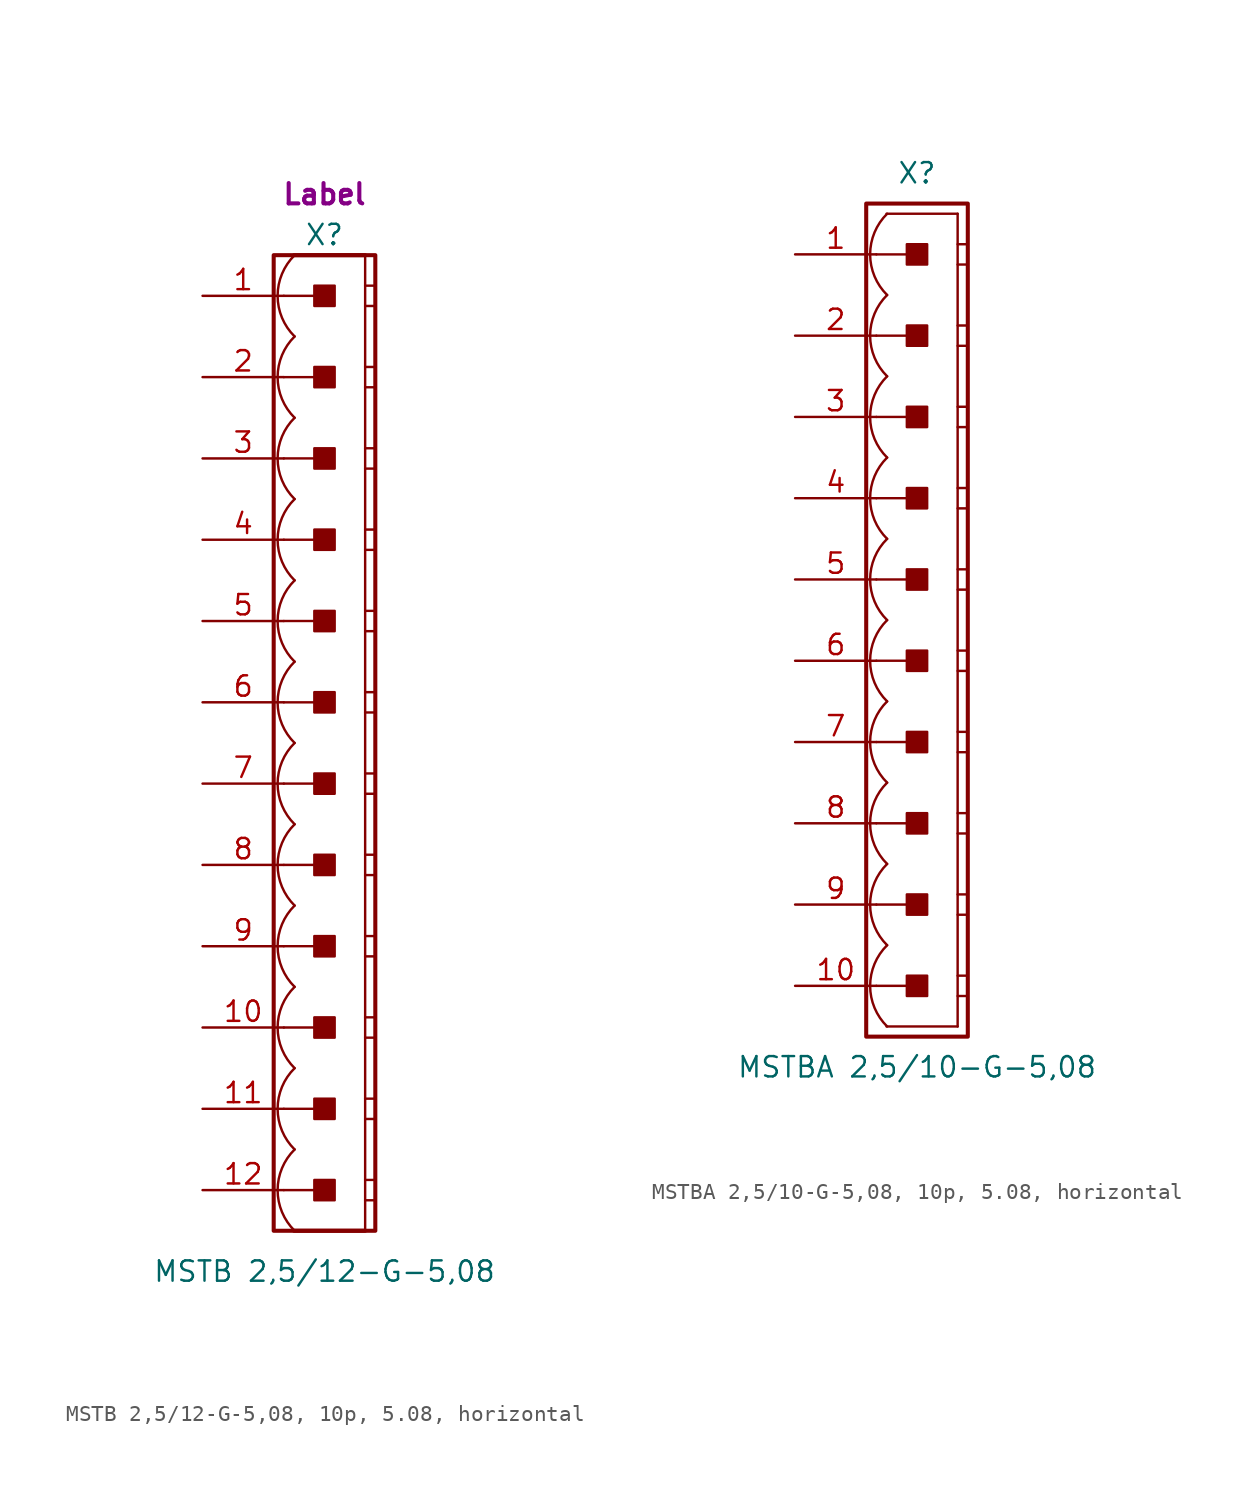
<source format=kicad_sym>
(kicad_symbol_lib
  (version 20241209)
  (generator "kicad_symbol_editor")
  (generator_version "9.0")
  (symbol "MSTB 2,5/12-G-5,08, 10p, 5.08, horizontal"
    (pin_names
      (offset 1.016)
      (hide yes))
    (property "Reference" "X"
      (at 0 31.75 0)
      (effects (font (size 1.27 1.27))))
    (property "Value" "MSTB 2,5/12-G-5,08"
      (at 0 -33.02 0)
      (effects (font (size 1.27 1.27))))
    (property "Label" "Label"
      (at 0 34.29 0)
      (effects (font (size 1.27 1.27) (thickness 0.254) (bold yes))))
    (symbol "MSTB 2,5/12-G-5,08, 10p, 5.08, horizontal_0_1"
      (polyline (pts (xy 2.54 30.48) (xy -1.905 30.48)) (stroke (width 0.254) (type default)) (fill (type none)))
      (polyline (pts (xy 2.54 30.48) (xy 2.54 -30.48)) (stroke (width 0.152) (type default)) (fill (type none)))
      (polyline (pts (xy 2.54 28.575) (xy 3.175 28.575)) (stroke (width 0.152) (type default)) (fill (type none)))
      (polyline (pts (xy 2.54 27.305) (xy 3.175 27.305)) (stroke (width 0.152) (type default)) (fill (type none)))
      (polyline (pts (xy 2.54 23.495) (xy 3.175 23.495)) (stroke (width 0.152) (type default)) (fill (type none)))
      (polyline (pts (xy 2.54 22.225) (xy 3.175 22.225)) (stroke (width 0.152) (type default)) (fill (type none)))
      (polyline (pts (xy 2.54 18.415) (xy 3.175 18.415)) (stroke (width 0.152) (type default)) (fill (type none)))
      (polyline (pts (xy 2.54 17.145) (xy 3.175 17.145)) (stroke (width 0.152) (type default)) (fill (type none)))
      (polyline (pts (xy 2.54 13.335) (xy 3.175 13.335)) (stroke (width 0.152) (type default)) (fill (type none)))
      (polyline (pts (xy 2.54 12.065) (xy 3.175 12.065)) (stroke (width 0.152) (type default)) (fill (type none)))
      (polyline (pts (xy 2.54 8.255) (xy 3.175 8.255)) (stroke (width 0.152) (type default)) (fill (type none)))
      (polyline (pts (xy 2.54 6.985) (xy 3.175 6.985)) (stroke (width 0.152) (type default)) (fill (type none)))
      (polyline (pts (xy 2.54 3.175) (xy 3.175 3.175)) (stroke (width 0.152) (type default)) (fill (type none)))
      (polyline (pts (xy 2.54 1.905) (xy 3.175 1.905)) (stroke (width 0.152) (type default)) (fill (type none)))
      (polyline (pts (xy 2.54 -1.905) (xy 3.175 -1.905)) (stroke (width 0.152) (type default)) (fill (type none)))
      (polyline (pts (xy 2.54 -3.175) (xy 3.175 -3.175)) (stroke (width 0.152) (type default)) (fill (type none)))
      (polyline (pts (xy 2.54 -6.985) (xy 3.175 -6.985)) (stroke (width 0.152) (type default)) (fill (type none)))
      (polyline (pts (xy 2.54 -8.255) (xy 3.175 -8.255)) (stroke (width 0.152) (type default)) (fill (type none)))
      (polyline (pts (xy 2.54 -12.065) (xy 3.175 -12.065)) (stroke (width 0.152) (type default)) (fill (type none)))
      (polyline (pts (xy 2.54 -13.335) (xy 3.175 -13.335)) (stroke (width 0.152) (type default)) (fill (type none)))
      (polyline (pts (xy 2.54 -17.145) (xy 3.175 -17.145)) (stroke (width 0.152) (type default)) (fill (type none)))
      (polyline (pts (xy 2.54 -18.415) (xy 3.175 -18.415)) (stroke (width 0.152) (type default)) (fill (type none)))
      (polyline (pts (xy 2.54 -22.225) (xy 3.175 -22.225)) (stroke (width 0.152) (type default)) (fill (type none)))
      (polyline (pts (xy 2.54 -23.495) (xy 3.175 -23.495)) (stroke (width 0.152) (type default)) (fill (type none)))
      (polyline (pts (xy 2.54 -27.305) (xy 3.175 -27.305)) (stroke (width 0.152) (type default)) (fill (type none)))
      (polyline (pts (xy 2.54 -28.575) (xy 3.175 -28.575)) (stroke (width 0.152) (type default)) (fill (type none)))
      (polyline (pts (xy 2.54 -30.48) (xy -1.905 -30.48)) (stroke (width 0.254) (type default)) (fill (type none))))
    (symbol "MSTB 2,5/12-G-5,08, 10p, 5.08, horizontal_1_0"
      (polyline (pts (xy -2.54 27.94) (xy 0 27.94)) (stroke (width 0.152) (type default)) (fill (type none)))
      (polyline (pts (xy -2.54 22.86) (xy 0 22.86)) (stroke (width 0.152) (type default)) (fill (type none)))
      (polyline (pts (xy -2.54 17.78) (xy 0 17.78)) (stroke (width 0.152) (type default)) (fill (type none)))
      (polyline (pts (xy -2.54 12.7) (xy 0 12.7)) (stroke (width 0.152) (type default)) (fill (type none)))
      (polyline (pts (xy -2.54 7.62) (xy 0 7.62)) (stroke (width 0.152) (type default)) (fill (type none)))
      (polyline (pts (xy -2.54 2.54) (xy 0 2.54)) (stroke (width 0.152) (type default)) (fill (type none)))
      (polyline (pts (xy -2.54 -2.54) (xy 0 -2.54)) (stroke (width 0.152) (type default)) (fill (type none)))
      (polyline (pts (xy -2.54 -7.62) (xy 0 -7.62)) (stroke (width 0.152) (type default)) (fill (type none)))
      (polyline (pts (xy -2.54 -12.7) (xy 0 -12.7)) (stroke (width 0.152) (type default)) (fill (type none)))
      (polyline (pts (xy -2.54 -17.78) (xy 0 -17.78)) (stroke (width 0.152) (type default)) (fill (type none)))
      (polyline (pts (xy -2.54 -22.86) (xy 0 -22.86)) (stroke (width 0.152) (type default)) (fill (type none)))
      (polyline (pts (xy -2.54 -27.94) (xy 0 -27.94)) (stroke (width 0.152) (type default)) (fill (type none))))
    (symbol "MSTB 2,5/12-G-5,08, 10p, 5.08, horizontal_1_1"
      (rectangle (start -3.175 30.48) (end 3.175 -30.48) (stroke (width 0.254) (type default)) (fill (type none)))
      (rectangle (start -0.635 27.305) (end 0.635 28.575) (stroke (width 0.152) (type default)) (fill (type outline)))
      (rectangle (start -0.635 22.225) (end 0.635 23.495) (stroke (width 0.152) (type default)) (fill (type outline)))
      (rectangle (start -0.635 17.145) (end 0.635 18.415) (stroke (width 0.152) (type default)) (fill (type outline)))
      (rectangle (start -0.635 12.065) (end 0.635 13.335) (stroke (width 0.152) (type default)) (fill (type outline)))
      (rectangle (start -0.635 6.985) (end 0.635 8.255) (stroke (width 0.152) (type default)) (fill (type outline)))
      (rectangle (start -0.635 1.905) (end 0.635 3.175) (stroke (width 0.152) (type default)) (fill (type outline)))
      (rectangle (start -0.635 -3.175) (end 0.635 -1.905) (stroke (width 0.152) (type default)) (fill (type outline)))
      (rectangle (start -0.635 -8.255) (end 0.635 -6.985) (stroke (width 0.152) (type default)) (fill (type outline)))
      (rectangle (start -0.635 -13.335) (end 0.635 -12.065) (stroke (width 0.152) (type default)) (fill (type outline)))
      (rectangle (start -0.635 -18.415) (end 0.635 -17.145) (stroke (width 0.152) (type default)) (fill (type outline)))
      (rectangle (start -0.635 -23.495) (end 0.635 -22.225) (stroke (width 0.152) (type default)) (fill (type outline)))
      (rectangle (start -0.635 -28.575) (end 0.635 -27.305) (stroke (width 0.152) (type default)) (fill (type outline)))
      (arc (start -1.8664 25.4) (mid -2.9299 27.94) (end -1.8664 30.48) (stroke (width 0.1524) (type default)) (fill (type none)))
      (arc (start -1.8664 20.32) (mid -2.9299 22.86) (end -1.8664 25.4) (stroke (width 0.1524) (type default)) (fill (type none)))
      (arc (start -1.8664 15.24) (mid -2.9299 17.78) (end -1.8664 20.32) (stroke (width 0.1524) (type default)) (fill (type none)))
      (arc (start -1.8664 10.16) (mid -2.9299 12.7) (end -1.8664 15.24) (stroke (width 0.1524) (type default)) (fill (type none)))
      (arc (start -1.8664 5.08) (mid -2.9299 7.62) (end -1.8664 10.16) (stroke (width 0.1524) (type default)) (fill (type none)))
      (arc (start -1.8664 0) (mid -2.9299 2.54) (end -1.8664 5.08) (stroke (width 0.1524) (type default)) (fill (type none)))
      (arc (start -1.8664 -5.08) (mid -2.9299 -2.54) (end -1.8664 0) (stroke (width 0.1524) (type default)) (fill (type none)))
      (arc (start -1.8664 -10.16) (mid -2.9299 -7.62) (end -1.8664 -5.08) (stroke (width 0.1524) (type default)) (fill (type none)))
      (arc (start -1.8664 -15.24) (mid -2.9299 -12.7) (end -1.8664 -10.16) (stroke (width 0.1524) (type default)) (fill (type none)))
      (arc (start -1.8664 -20.32) (mid -2.9299 -17.78) (end -1.8664 -15.24) (stroke (width 0.1524) (type default)) (fill (type none)))
      (arc (start -1.8664 -25.4) (mid -2.9299 -22.86) (end -1.8664 -20.32) (stroke (width 0.1524) (type default)) (fill (type none)))
      (arc (start -1.8664 -30.48) (mid -2.9299 -27.94) (end -1.8664 -25.4) (stroke (width 0.1524) (type default)) (fill (type none)))
      (pin passive line (at -7.62 27.94 0) (length 5.08) (name "1" (effects (font (size 1.27 1.27)))) (number "1" (effects (font (size 1.27 1.27)))))
      (pin passive line (at -7.62 22.86 0) (length 5.08) (name "2" (effects (font (size 1.27 1.27)))) (number "2" (effects (font (size 1.27 1.27)))))
      (pin passive line (at -7.62 17.78 0) (length 5.08) (name "3" (effects (font (size 1.27 1.27)))) (number "3" (effects (font (size 1.27 1.27)))))
      (pin passive line (at -7.62 12.7 0) (length 5.08) (name "4" (effects (font (size 1.27 1.27)))) (number "4" (effects (font (size 1.27 1.27)))))
      (pin passive line (at -7.62 7.62 0) (length 5.08) (name "5" (effects (font (size 1.27 1.27)))) (number "5" (effects (font (size 1.27 1.27)))))
      (pin passive line (at -7.62 2.54 0) (length 5.08) (name "6" (effects (font (size 1.27 1.27)))) (number "6" (effects (font (size 1.27 1.27)))))
      (pin passive line (at -7.62 -2.54 0) (length 5.08) (name "7" (effects (font (size 1.27 1.27)))) (number "7" (effects (font (size 1.27 1.27)))))
      (pin passive line (at -7.62 -7.62 0) (length 5.08) (name "8" (effects (font (size 1.27 1.27)))) (number "8" (effects (font (size 1.27 1.27)))))
      (pin passive line (at -7.62 -12.7 0) (length 5.08) (name "9" (effects (font (size 1.27 1.27)))) (number "9" (effects (font (size 1.27 1.27)))))
      (pin passive line (at -7.62 -17.78 0) (length 5.08) (name "10" (effects (font (size 1.27 1.27)))) (number "10" (effects (font (size 1.27 1.27)))))
      (pin passive line (at -7.62 -22.86 0) (length 5.08) (name "11" (effects (font (size 1.27 1.27)))) (number "11" (effects (font (size 1.27 1.27)))))
      (pin passive line (at -7.62 -27.94 0) (length 5.08) (name "12" (effects (font (size 1.27 1.27)))) (number "12" (effects (font (size 1.27 1.27)))))))
  (symbol "MSTBA 2,5/10-G-5,08, 10p, 5.08, horizontal"
    (pin_names
      (offset 1.016)
      (hide yes))
    (property "Reference" "X"
      (at 0 27.94 0)
      (effects (font (size 1.27 1.27))))
    (property "Value" "MSTBA 2,5/10-G-5,08"
      (at 0 -27.94 0)
      (effects (font (size 1.27 1.27))))
    (property "Label" ""
      (at 0 0 0)
      (effects (font (size 1.27 1.27) (thickness 0.254) (bold yes))))
    (symbol "MSTBA 2,5/10-G-5,08, 10p, 5.08, horizontal_0_1"
      (polyline (pts (xy 2.54 25.4) (xy -1.905 25.4)) (stroke (width 0.152) (type default)) (fill (type none)))
      (polyline (pts (xy 2.54 25.4) (xy 2.54 -25.4)) (stroke (width 0.152) (type default)) (fill (type none)))
      (polyline (pts (xy 2.54 23.495) (xy 3.175 23.495)) (stroke (width 0.152) (type default)) (fill (type none)))
      (polyline (pts (xy 2.54 22.225) (xy 3.175 22.225)) (stroke (width 0.152) (type default)) (fill (type none)))
      (polyline (pts (xy 2.54 18.415) (xy 3.175 18.415)) (stroke (width 0.152) (type default)) (fill (type none)))
      (polyline (pts (xy 2.54 17.145) (xy 3.175 17.145)) (stroke (width 0.152) (type default)) (fill (type none)))
      (polyline (pts (xy 2.54 13.335) (xy 3.175 13.335)) (stroke (width 0.152) (type default)) (fill (type none)))
      (polyline (pts (xy 2.54 12.065) (xy 3.175 12.065)) (stroke (width 0.152) (type default)) (fill (type none)))
      (polyline (pts (xy 2.54 8.255) (xy 3.175 8.255)) (stroke (width 0.152) (type default)) (fill (type none)))
      (polyline (pts (xy 2.54 6.985) (xy 3.175 6.985)) (stroke (width 0.152) (type default)) (fill (type none)))
      (polyline (pts (xy 2.54 3.175) (xy 3.175 3.175)) (stroke (width 0.152) (type default)) (fill (type none)))
      (polyline (pts (xy 2.54 1.905) (xy 3.175 1.905)) (stroke (width 0.152) (type default)) (fill (type none)))
      (polyline (pts (xy 2.54 -1.905) (xy 3.175 -1.905)) (stroke (width 0.152) (type default)) (fill (type none)))
      (polyline (pts (xy 2.54 -3.175) (xy 3.175 -3.175)) (stroke (width 0.152) (type default)) (fill (type none)))
      (polyline (pts (xy 2.54 -6.985) (xy 3.175 -6.985)) (stroke (width 0.152) (type default)) (fill (type none)))
      (polyline (pts (xy 2.54 -8.255) (xy 3.175 -8.255)) (stroke (width 0.152) (type default)) (fill (type none)))
      (polyline (pts (xy 2.54 -12.065) (xy 3.175 -12.065)) (stroke (width 0.152) (type default)) (fill (type none)))
      (polyline (pts (xy 2.54 -13.335) (xy 3.175 -13.335)) (stroke (width 0.152) (type default)) (fill (type none)))
      (polyline (pts (xy 2.54 -17.145) (xy 3.175 -17.145)) (stroke (width 0.152) (type default)) (fill (type none)))
      (polyline (pts (xy 2.54 -18.415) (xy 3.175 -18.415)) (stroke (width 0.152) (type default)) (fill (type none)))
      (polyline (pts (xy 2.54 -22.225) (xy 3.175 -22.225)) (stroke (width 0.152) (type default)) (fill (type none)))
      (polyline (pts (xy 2.54 -23.495) (xy 3.175 -23.495)) (stroke (width 0.152) (type default)) (fill (type none)))
      (polyline (pts (xy 2.54 -25.4) (xy -1.905 -25.4)) (stroke (width 0.152) (type default)) (fill (type none))))
    (symbol "MSTBA 2,5/10-G-5,08, 10p, 5.08, horizontal_1_0"
      (polyline (pts (xy -2.54 22.86) (xy 0 22.86)) (stroke (width 0.152) (type default)) (fill (type none)))
      (polyline (pts (xy -2.54 17.78) (xy 0 17.78)) (stroke (width 0.152) (type default)) (fill (type none)))
      (polyline (pts (xy -2.54 12.7) (xy 0 12.7)) (stroke (width 0.152) (type default)) (fill (type none)))
      (polyline (pts (xy -2.54 7.62) (xy 0 7.62)) (stroke (width 0.152) (type default)) (fill (type none)))
      (polyline (pts (xy -2.54 2.54) (xy 0 2.54)) (stroke (width 0.152) (type default)) (fill (type none)))
      (polyline (pts (xy -2.54 -2.54) (xy 0 -2.54)) (stroke (width 0.152) (type default)) (fill (type none)))
      (polyline (pts (xy -2.54 -7.62) (xy 0 -7.62)) (stroke (width 0.152) (type default)) (fill (type none)))
      (polyline (pts (xy -2.54 -12.7) (xy 0 -12.7)) (stroke (width 0.152) (type default)) (fill (type none)))
      (polyline (pts (xy -2.54 -17.78) (xy 0 -17.78)) (stroke (width 0.152) (type default)) (fill (type none)))
      (polyline (pts (xy -2.54 -22.86) (xy 0 -22.86)) (stroke (width 0.152) (type default)) (fill (type none))))
    (symbol "MSTBA 2,5/10-G-5,08, 10p, 5.08, horizontal_1_1"
      (rectangle (start -3.175 26.035) (end 3.175 -26.035) (stroke (width 0.254) (type default)) (fill (type none)))
      (rectangle (start -0.635 22.225) (end 0.635 23.495) (stroke (width 0.152) (type default)) (fill (type outline)))
      (rectangle (start -0.635 17.145) (end 0.635 18.415) (stroke (width 0.152) (type default)) (fill (type outline)))
      (rectangle (start -0.635 12.065) (end 0.635 13.335) (stroke (width 0.152) (type default)) (fill (type outline)))
      (rectangle (start -0.635 6.985) (end 0.635 8.255) (stroke (width 0.152) (type default)) (fill (type outline)))
      (rectangle (start -0.635 1.905) (end 0.635 3.175) (stroke (width 0.152) (type default)) (fill (type outline)))
      (rectangle (start -0.635 -3.175) (end 0.635 -1.905) (stroke (width 0.152) (type default)) (fill (type outline)))
      (rectangle (start -0.635 -8.255) (end 0.635 -6.985) (stroke (width 0.152) (type default)) (fill (type outline)))
      (rectangle (start -0.635 -13.335) (end 0.635 -12.065) (stroke (width 0.152) (type default)) (fill (type outline)))
      (rectangle (start -0.635 -18.415) (end 0.635 -17.145) (stroke (width 0.152) (type default)) (fill (type outline)))
      (rectangle (start -0.635 -23.495) (end 0.635 -22.225) (stroke (width 0.152) (type default)) (fill (type outline)))
      (arc (start -1.8664 20.32) (mid -2.9299 22.86) (end -1.8664 25.4) (stroke (width 0.1524) (type default)) (fill (type none)))
      (arc (start -1.8664 15.24) (mid -2.9299 17.78) (end -1.8664 20.32) (stroke (width 0.1524) (type default)) (fill (type none)))
      (arc (start -1.8664 10.16) (mid -2.9299 12.7) (end -1.8664 15.24) (stroke (width 0.1524) (type default)) (fill (type none)))
      (arc (start -1.8664 5.08) (mid -2.9299 7.62) (end -1.8664 10.16) (stroke (width 0.1524) (type default)) (fill (type none)))
      (arc (start -1.8664 0) (mid -2.9299 2.54) (end -1.8664 5.08) (stroke (width 0.1524) (type default)) (fill (type none)))
      (arc (start -1.8664 -5.08) (mid -2.9299 -2.54) (end -1.8664 0) (stroke (width 0.1524) (type default)) (fill (type none)))
      (arc (start -1.8664 -10.16) (mid -2.9299 -7.62) (end -1.8664 -5.08) (stroke (width 0.1524) (type default)) (fill (type none)))
      (arc (start -1.8664 -15.24) (mid -2.9299 -12.7) (end -1.8664 -10.16) (stroke (width 0.1524) (type default)) (fill (type none)))
      (arc (start -1.8664 -20.32) (mid -2.9299 -17.78) (end -1.8664 -15.24) (stroke (width 0.1524) (type default)) (fill (type none)))
      (arc (start -1.8664 -25.4) (mid -2.9299 -22.86) (end -1.8664 -20.32) (stroke (width 0.1524) (type default)) (fill (type none)))
      (pin passive line (at -7.62 22.86 0) (length 5.08) (name "1" (effects (font (size 1.27 1.27)))) (number "1" (effects (font (size 1.27 1.27)))))
      (pin passive line (at -7.62 17.78 0) (length 5.08) (name "2" (effects (font (size 1.27 1.27)))) (number "2" (effects (font (size 1.27 1.27)))))
      (pin passive line (at -7.62 12.7 0) (length 5.08) (name "3" (effects (font (size 1.27 1.27)))) (number "3" (effects (font (size 1.27 1.27)))))
      (pin passive line (at -7.62 7.62 0) (length 5.08) (name "4" (effects (font (size 1.27 1.27)))) (number "4" (effects (font (size 1.27 1.27)))))
      (pin passive line (at -7.62 2.54 0) (length 5.08) (name "5" (effects (font (size 1.27 1.27)))) (number "5" (effects (font (size 1.27 1.27)))))
      (pin passive line (at -7.62 -2.54 0) (length 5.08) (name "6" (effects (font (size 1.27 1.27)))) (number "6" (effects (font (size 1.27 1.27)))))
      (pin passive line (at -7.62 -7.62 0) (length 5.08) (name "7" (effects (font (size 1.27 1.27)))) (number "7" (effects (font (size 1.27 1.27)))))
      (pin passive line (at -7.62 -12.7 0) (length 5.08) (name "8" (effects (font (size 1.27 1.27)))) (number "8" (effects (font (size 1.27 1.27)))))
      (pin passive line (at -7.62 -17.78 0) (length 5.08) (name "9" (effects (font (size 1.27 1.27)))) (number "9" (effects (font (size 1.27 1.27)))))
      (pin passive line (at -7.62 -22.86 0) (length 5.08) (name "10" (effects (font (size 1.27 1.27)))) (number "10" (effects (font (size 1.27 1.27))))))))
</source>
